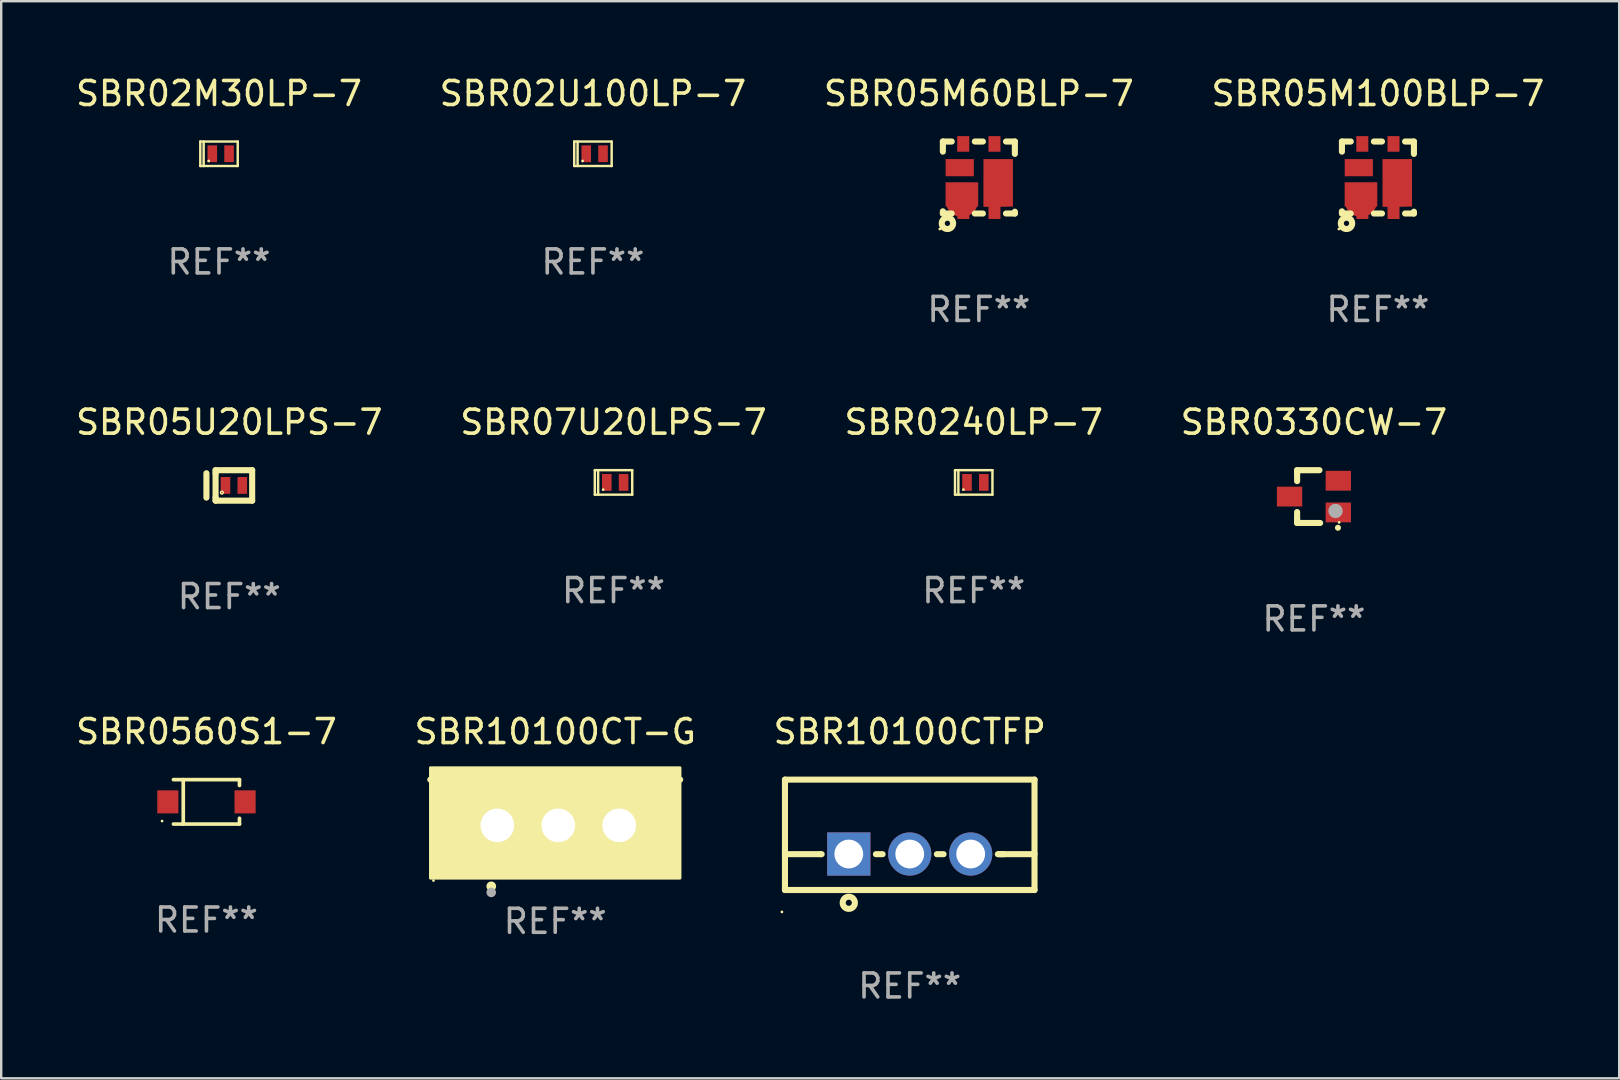
<source format=kicad_pcb>
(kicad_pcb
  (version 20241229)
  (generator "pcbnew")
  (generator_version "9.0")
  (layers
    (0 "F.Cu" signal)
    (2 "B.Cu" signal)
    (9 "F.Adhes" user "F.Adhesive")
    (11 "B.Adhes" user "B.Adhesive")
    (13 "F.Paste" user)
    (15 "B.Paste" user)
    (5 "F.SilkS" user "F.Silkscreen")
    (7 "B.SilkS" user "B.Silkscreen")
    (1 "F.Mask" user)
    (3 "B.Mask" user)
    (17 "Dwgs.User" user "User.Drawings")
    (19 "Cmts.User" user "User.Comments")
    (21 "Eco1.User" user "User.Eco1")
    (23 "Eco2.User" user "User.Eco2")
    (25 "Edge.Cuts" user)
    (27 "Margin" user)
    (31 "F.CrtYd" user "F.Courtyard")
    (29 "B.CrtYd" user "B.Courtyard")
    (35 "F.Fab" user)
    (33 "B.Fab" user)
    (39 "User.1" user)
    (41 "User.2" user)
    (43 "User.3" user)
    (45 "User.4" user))
  (footprint "SBR10100CTFP"
    (layer "F.Cu")
    (at 34.863 31.741)
    (property "Reference" "SBR10100CTFP" (at 0 -4.3 0) (layer "F.SilkS") (effects (font (size 1 1) (thickness 0.15))))
    (attr through_hole)
    (fp_line (start -5.2 -2.3) (end -5.2 2.3) (stroke (width 0.254) (type solid)) (layer "F.SilkS"))
    (fp_line (start -5.2 -2.3) (end 5.2 -2.3) (stroke (width 0.254) (type solid)) (layer "F.SilkS"))
    (fp_line (start -5.2 0.807) (end -3.731 0.807) (stroke (width 0.254) (type solid)) (layer "F.SilkS"))
    (fp_line (start -5.2 2.3) (end 5.2 2.3) (stroke (width 0.254) (type solid)) (layer "F.SilkS"))
    (fp_line (start -3.731 0.807) (end -3.671 0.807) (stroke (width 0.254) (type solid)) (layer "F.SilkS"))
    (fp_line (start -1.409 0.807) (end -1.131 0.807) (stroke (width 0.254) (type solid)) (layer "F.SilkS"))
    (fp_line (start 1.131 0.807) (end 1.409 0.807) (stroke (width 0.254) (type solid)) (layer "F.SilkS"))
    (fp_line (start 3.671 0.807) (end 3.926 0.807) (stroke (width 0.254) (type solid)) (layer "F.SilkS"))
    (fp_line (start 3.731 0.807) (end 5.2 0.807) (stroke (width 0.254) (type solid)) (layer "F.SilkS"))
    (fp_line (start 5.2 -2.3) (end 5.2 2.3) (stroke (width 0.254) (type solid)) (layer "F.SilkS"))
    (fp_circle (center -5.327 3.213) (end -5.297 3.213) (stroke (width 0.06) (type solid)) (fill no) (layer "F.SilkS"))
    (fp_circle (center -2.54 2.832) (end -2.286 2.832) (stroke (width 0.254) (type solid)) (fill no) (layer "F.SilkS"))
    (fp_text user "REF**" (at 0 6.3 0) (layer "F.Fab") (effects (font (size 1 1) (thickness 0.15))))
    (pad "1" thru_hole rect (at -2.54 0.8) (size 1.8 1.8) (drill 1.2) (layers "*.Cu" "*.Mask"))
    (pad "2" thru_hole circle (at 0 0.8) (size 1.8 1.8) (drill 1.2) (layers "*.Cu" "*.Mask"))
    (pad "3" thru_hole circle (at 2.54 0.8) (size 1.8 1.8) (drill 1.2) (layers "*.Cu" "*.Mask")))
  (footprint "SBR0330CW-7"
    (layer "F.Cu")
    (at 51.708 17.645)
    (property "Reference" "SBR0330CW-7" (at 0 -3.1 0) (layer "F.SilkS") (effects (font (size 1 1) (thickness 0.15))))
    (attr through_hole)
    (fp_line (start -0.701 -0.95) (end -0.701 -1.1) (stroke (width 0.254) (type solid)) (layer "F.SilkS"))
    (fp_line (start -0.701 -0.644) (end -0.701 -0.95) (stroke (width 0.254) (type solid)) (layer "F.SilkS"))
    (fp_line (start -0.701 0.95) (end -0.701 0.644) (stroke (width 0.254) (type solid)) (layer "F.SilkS"))
    (fp_line (start -0.701 0.95) (end -0.701 1.1) (stroke (width 0.254) (type solid)) (layer "F.SilkS"))
    (fp_line (start -0.7 -1.1) (end 0.23 -1.1) (stroke (width 0.254) (type solid)) (layer "F.SilkS"))
    (fp_line (start -0.7 1.1) (end 0.258 1.1) (stroke (width 0.254) (type solid)) (layer "F.SilkS"))
    (fp_arc (start 1 1.3) (mid 1.00127 1.299994) (end 1.00254 1.3) (stroke (width 0.24892) (type solid)) (layer "F.SilkS"))
    (fp_circle (center 1.05 1.075) (end 1.08 1.075) (stroke (width 0.06) (type solid)) (fill no) (layer "F.SilkS"))
    (fp_circle (center 0.9 0.6) (end 1.05 0.6) (stroke (width 0.3) (type solid)) (fill no) (layer "F.Fab"))
    (fp_text user "REF**" (at 0 5.1 0) (layer "F.Fab") (effects (font (size 1 1) (thickness 0.15))))
    (pad "1" smd rect (at 1.016 0.66) (size 1.054 0.826) (layers "F.Cu" "F.Mask" "F.Paste"))
    (pad "2" smd rect (at 1.016 -0.66) (size 1.054 0.826) (layers "F.Cu" "F.Mask" "F.Paste"))
    (pad "3" smd rect (at -1.016 0) (size 1.054 0.826) (layers "F.Cu" "F.Mask" "F.Paste")))
  (footprint "SBR07U20LPS-7"
    (layer "F.Cu")
    (at 22.518 17.055)
    (property "Reference" "SBR07U20LPS-7" (at 0 -2.51 0) (layer "F.SilkS") (effects (font (size 1 1) (thickness 0.15))))
    (attr through_hole)
    (fp_line (start -0.78 -0.51) (end -0.78 0.51) (stroke (width 0.102) (type solid)) (layer "F.SilkS"))
    (fp_line (start -0.78 -0.51) (end 0.78 -0.51) (stroke (width 0.102) (type solid)) (layer "F.SilkS"))
    (fp_line (start -0.78 0.51) (end 0.78 0.51) (stroke (width 0.102) (type solid)) (layer "F.SilkS"))
    (fp_line (start -0.64 -0.51) (end -0.64 0.51) (stroke (width 0.102) (type solid)) (layer "F.SilkS"))
    (fp_line (start 0.78 -0.51) (end 0.78 0.51) (stroke (width 0.102) (type solid)) (layer "F.SilkS"))
    (fp_circle (center -0.43 0.3) (end -0.4 0.3) (stroke (width 0.06) (type solid)) (fill no) (layer "F.SilkS"))
    (fp_text user "REF**" (at 0 4.51 0) (layer "F.Fab") (effects (font (size 1 1) (thickness 0.15))))
    (pad "1" smd rect (at -0.28 0) (size 0.4 0.7) (layers "F.Cu" "F.Mask" "F.Paste"))
    (pad "2" smd rect (at 0.42 0) (size 0.4 0.7) (layers "F.Cu" "F.Mask" "F.Paste")))
  (footprint "SBR02M30LP-7"
    (layer "F.Cu")
    (at 6.077 3.358)
    (property "Reference" "SBR02M30LP-7" (at 0 -2.51 0) (layer "F.SilkS") (effects (font (size 1 1) (thickness 0.15))))
    (attr through_hole)
    (fp_line (start -0.78 -0.51) (end -0.78 0.51) (stroke (width 0.102) (type solid)) (layer "F.SilkS"))
    (fp_line (start -0.78 -0.51) (end 0.78 -0.51) (stroke (width 0.102) (type solid)) (layer "F.SilkS"))
    (fp_line (start -0.78 0.51) (end 0.78 0.51) (stroke (width 0.102) (type solid)) (layer "F.SilkS"))
    (fp_line (start -0.64 -0.51) (end -0.64 0.51) (stroke (width 0.102) (type solid)) (layer "F.SilkS"))
    (fp_line (start 0.78 -0.51) (end 0.78 0.51) (stroke (width 0.102) (type solid)) (layer "F.SilkS"))
    (fp_circle (center -0.43 0.3) (end -0.4 0.3) (stroke (width 0.06) (type solid)) (fill no) (layer "F.SilkS"))
    (fp_text user "REF**" (at 0 4.51 0) (layer "F.Fab") (effects (font (size 1 1) (thickness 0.15))))
    (pad "1" smd rect (at -0.28 0) (size 0.4 0.7) (layers "F.Cu" "F.Mask" "F.Paste"))
    (pad "2" smd rect (at 0.42 0) (size 0.4 0.7) (layers "F.Cu" "F.Mask" "F.Paste")))
  (footprint "SBR10100CT-G"
    (layer "F.Cu")
    (at 20.089 30.394)
    (property "Reference" "SBR10100CT-G" (at 0 -2.953 0) (layer "F.SilkS") (effects (font (size 1 1) (thickness 0.15))))
    (attr through_hole)
    (fp_line (start 5.207 -0.953) (end -5.207 -0.953) (stroke (width 0.254) (type solid)) (layer "F.SilkS"))
    (fp_arc (start -2.66698 3.49252) (mid -2.66571 3.492516) (end -2.66444 3.49252) (stroke (width 0.4) (type solid)) (layer "F.SilkS"))
    (fp_circle (center -5.073 3.252) (end -5.043 3.252) (stroke (width 0.06) (type solid)) (fill no) (layer "F.SilkS"))
    (fp_poly (pts (xy -5.2 -1.448) (xy 5.2 -1.448) (xy 5.2 3.152) (xy -5.2 3.152)) (stroke (width 0.12) (type solid)) (fill yes) (layer "F.SilkS"))
    (fp_circle (center -2.667 3.747) (end -2.567 3.747) (stroke (width 0.2) (type solid)) (fill no) (layer "F.Fab"))
    (fp_text user "REF**" (at 0 4.953 0) (layer "F.Fab") (effects (font (size 1 1) (thickness 0.15))))
    (pad "1" thru_hole rect (at -2.413 0.953) (size 2 2.5) (drill 1.4) (layers "*.Cu" "*.Mask"))
    (pad "2" thru_hole oval (at 0.127 0.953) (size 2 2.5) (drill 1.4) (layers "*.Cu" "*.Mask"))
    (pad "3" thru_hole oval (at 2.667 0.953) (size 2 2.5) (drill 1.4) (layers "*.Cu" "*.Mask")))
  (footprint "SBR05U20LPS-7"
    (layer "F.Cu")
    (at 6.506 17.18)
    (property "Reference" "SBR05U20LPS-7" (at 0 -2.635 0) (layer "F.SilkS") (effects (font (size 1 1) (thickness 0.15))))
    (attr through_hole)
    (fp_line (start -0.953 -0.508) (end -0.953 0.508) (stroke (width 0.254) (type solid)) (layer "F.SilkS"))
    (fp_line (start -0.572 -0.635) (end -0.572 -0.508) (stroke (width 0.254) (type solid)) (layer "F.SilkS"))
    (fp_line (start -0.572 -0.508) (end -0.572 0.508) (stroke (width 0.254) (type solid)) (layer "F.SilkS"))
    (fp_line (start -0.572 0.508) (end -0.572 0.635) (stroke (width 0.254) (type solid)) (layer "F.SilkS"))
    (fp_line (start -0.572 0.635) (end 0.953 0.635) (stroke (width 0.254) (type solid)) (layer "F.SilkS"))
    (fp_line (start 0.953 -0.635) (end -0.572 -0.635) (stroke (width 0.254) (type solid)) (layer "F.SilkS"))
    (fp_line (start 0.953 0.635) (end 0.953 -0.635) (stroke (width 0.254) (type solid)) (layer "F.SilkS"))
    (fp_circle (center -0.309 0.3) (end -0.28 0.3) (stroke (width 0.06) (type solid)) (fill no) (layer "F.SilkS"))
    (fp_text user "REF**" (at 0 4.635 0) (layer "F.Fab") (effects (font (size 1 1) (thickness 0.15))))
    (pad "1" smd rect (at -0.16 0) (size 0.4 0.7) (layers "F.Cu" "F.Mask" "F.Paste"))
    (pad "2" smd rect (at 0.541 0) (size 0.4 0.7) (layers "F.Cu" "F.Mask" "F.Paste")))
  (footprint "SBR02U100LP-7"
    (layer "F.Cu")
    (at 21.661 3.358)
    (property "Reference" "SBR02U100LP-7" (at 0 -2.51 0) (layer "F.SilkS") (effects (font (size 1 1) (thickness 0.15))))
    (attr through_hole)
    (fp_line (start -0.78 -0.51) (end -0.78 0.51) (stroke (width 0.102) (type solid)) (layer "F.SilkS"))
    (fp_line (start -0.78 -0.51) (end 0.78 -0.51) (stroke (width 0.102) (type solid)) (layer "F.SilkS"))
    (fp_line (start -0.78 0.51) (end 0.78 0.51) (stroke (width 0.102) (type solid)) (layer "F.SilkS"))
    (fp_line (start -0.64 -0.51) (end -0.64 0.51) (stroke (width 0.102) (type solid)) (layer "F.SilkS"))
    (fp_line (start 0.78 -0.51) (end 0.78 0.51) (stroke (width 0.102) (type solid)) (layer "F.SilkS"))
    (fp_circle (center -0.43 0.3) (end -0.4 0.3) (stroke (width 0.06) (type solid)) (fill no) (layer "F.SilkS"))
    (fp_text user "REF**" (at 0 4.51 0) (layer "F.Fab") (effects (font (size 1 1) (thickness 0.15))))
    (pad "1" smd rect (at -0.28 0) (size 0.4 0.7) (layers "F.Cu" "F.Mask" "F.Paste"))
    (pad "2" smd rect (at 0.42 0) (size 0.4 0.7) (layers "F.Cu" "F.Mask" "F.Paste")))
  (footprint "SBR0560S1-7"
    (layer "F.Cu")
    (at 5.554 30.367)
    (property "Reference" "SBR0560S1-7" (at 0 -2.926 0) (layer "F.SilkS") (effects (font (size 1 1) (thickness 0.15))))
    (attr through_hole)
    (fp_line (start -1.376 -0.926) (end 1.376 -0.926) (stroke (width 0.152) (type solid)) (layer "F.SilkS"))
    (fp_line (start -1.376 0.926) (end 1.376 0.926) (stroke (width 0.152) (type solid)) (layer "F.SilkS"))
    (fp_line (start -0.967 -0.926) (end -0.967 0.926) (stroke (width 0.152) (type solid)) (layer "F.SilkS"))
    (fp_line (start 1.376 -0.926) (end 1.376 -0.683) (stroke (width 0.152) (type solid)) (layer "F.SilkS"))
    (fp_line (start 1.376 0.926) (end 1.376 0.683) (stroke (width 0.152) (type solid)) (layer "F.SilkS"))
    (fp_circle (center -1.85 0.8) (end -1.82 0.8) (stroke (width 0.06) (type solid)) (fill no) (layer "F.SilkS"))
    (fp_text user "REF**" (at 0 4.926 0) (layer "F.Fab") (effects (font (size 1 1) (thickness 0.15))))
    (pad "1" smd rect (at -1.61 0) (size 0.88 0.96) (layers "F.Cu" "F.Mask" "F.Paste"))
    (pad "2" smd rect (at 1.61 0) (size 0.88 0.96) (layers "F.Cu" "F.Mask" "F.Paste")))
  (footprint "SBR05M60BLP-7"
    (layer "F.Cu")
    (at 37.744 4.348)
    (property "Reference" "SBR05M60BLP-7" (at 0 -3.5 0) (layer "F.SilkS") (effects (font (size 1 1) (thickness 0.15))))
    (attr through_hole)
    (fp_line (start -1.5 -1.5) (end -1.131 -1.5) (stroke (width 0.254) (type solid)) (layer "F.SilkS"))
    (fp_line (start -1.5 -1.079) (end -1.5 -1.5) (stroke (width 0.254) (type solid)) (layer "F.SilkS"))
    (fp_line (start -1.5 1.5) (end -1.5 1.409) (stroke (width 0.254) (type solid)) (layer "F.SilkS"))
    (fp_line (start -1.131 1.5) (end -1.5 1.5) (stroke (width 0.254) (type solid)) (layer "F.SilkS"))
    (fp_line (start -0.169 -1.5) (end 0.169 -1.5) (stroke (width 0.254) (type solid)) (layer "F.SilkS"))
    (fp_line (start 0.169 1.5) (end -0.169 1.5) (stroke (width 0.254) (type solid)) (layer "F.SilkS"))
    (fp_line (start 1.131 -1.5) (end 1.5 -1.5) (stroke (width 0.254) (type solid)) (layer "F.SilkS"))
    (fp_line (start 1.5 -1.5) (end 1.5 -0.984) (stroke (width 0.254) (type solid)) (layer "F.SilkS"))
    (fp_line (start 1.5 1.424) (end 1.5 1.5) (stroke (width 0.254) (type solid)) (layer "F.SilkS"))
    (fp_line (start 1.5 1.5) (end 1.131 1.5) (stroke (width 0.254) (type solid)) (layer "F.SilkS"))
    (fp_circle (center -1.627 2.147) (end -1.597 2.147) (stroke (width 0.06) (type solid)) (fill no) (layer "F.SilkS"))
    (fp_circle (center -1.31 1.91) (end -1.2 1.91) (stroke (width 0.254) (type solid)) (fill no) (layer "F.SilkS"))
    (fp_text user "REF**" (at 0 5.5 0) (layer "F.Fab") (effects (font (size 1 1) (thickness 0.15))))
    (pad "1" smd custom (at -0.707 0.964) (size 1.36 1.53) (layers "F.Cu" "F.Mask" "F.Paste") (options (anchor circle)) (primitives (gr_poly (pts (xy -0.68 -0.765) (xy 0.68 -0.765) (xy 0.68 0.245) (xy 0.31 0.245) (xy 0.31 0.765) (xy -0.19 0.765) (xy -0.19 0.245) (xy -0.68 0.245) (xy -0.68 -0.765)) (width 0) (fill yes))))
    (pad "2" smd custom (at 0.805 0.48) (size 1.23 2.5) (layers "F.Cu" "F.Mask" "F.Paste") (options (anchor circle)) (primitives (gr_poly (pts (xy -0.405 1.25) (xy -0.405 0.74) (xy -0.615 0.74) (xy -0.615 -1.25) (xy 0.615 -1.25) (xy 0.615 0.73) (xy 0.095 0.74) (xy 0.095 1.25)) (width 0) (fill yes))))
    (pad "3" smd rect (at 0.65 -1.4 90) (size 0.65 0.5) (layers "F.Cu" "F.Mask" "F.Paste"))
    (pad "4" smd rect (at -0.65 -1.4 90) (size 0.65 0.5) (layers "F.Cu" "F.Mask" "F.Paste"))
    (pad "5" smd rect (at -0.797 -0.411 180) (size 1.175 0.715) (layers "F.Cu" "F.Mask" "F.Paste")))
  (footprint "SBR05M100BLP-7"
    (layer "F.Cu")
    (at 54.375 4.348)
    (property "Reference" "SBR05M100BLP-7" (at 0 -3.5 0) (layer "F.SilkS") (effects (font (size 1 1) (thickness 0.15))))
    (attr through_hole)
    (fp_line (start -1.5 -1.5) (end -1.131 -1.5) (stroke (width 0.254) (type solid)) (layer "F.SilkS"))
    (fp_line (start -1.5 -1.079) (end -1.5 -1.5) (stroke (width 0.254) (type solid)) (layer "F.SilkS"))
    (fp_line (start -1.5 1.5) (end -1.5 1.409) (stroke (width 0.254) (type solid)) (layer "F.SilkS"))
    (fp_line (start -1.131 1.5) (end -1.5 1.5) (stroke (width 0.254) (type solid)) (layer "F.SilkS"))
    (fp_line (start -0.169 -1.5) (end 0.169 -1.5) (stroke (width 0.254) (type solid)) (layer "F.SilkS"))
    (fp_line (start 0.169 1.5) (end -0.169 1.5) (stroke (width 0.254) (type solid)) (layer "F.SilkS"))
    (fp_line (start 1.131 -1.5) (end 1.5 -1.5) (stroke (width 0.254) (type solid)) (layer "F.SilkS"))
    (fp_line (start 1.5 -1.5) (end 1.5 -0.984) (stroke (width 0.254) (type solid)) (layer "F.SilkS"))
    (fp_line (start 1.5 1.424) (end 1.5 1.5) (stroke (width 0.254) (type solid)) (layer "F.SilkS"))
    (fp_line (start 1.5 1.5) (end 1.131 1.5) (stroke (width 0.254) (type solid)) (layer "F.SilkS"))
    (fp_circle (center -1.627 2.147) (end -1.597 2.147) (stroke (width 0.06) (type solid)) (fill no) (layer "F.SilkS"))
    (fp_circle (center -1.31 1.91) (end -1.2 1.91) (stroke (width 0.254) (type solid)) (fill no) (layer "F.SilkS"))
    (fp_text user "REF**" (at 0 5.5 0) (layer "F.Fab") (effects (font (size 1 1) (thickness 0.15))))
    (pad "1" smd custom (at -0.707 0.964) (size 1.36 1.53) (layers "F.Cu" "F.Mask" "F.Paste") (options (anchor circle)) (primitives (gr_poly (pts (xy -0.68 -0.765) (xy 0.68 -0.765) (xy 0.68 0.245) (xy 0.31 0.245) (xy 0.31 0.765) (xy -0.19 0.765) (xy -0.19 0.245) (xy -0.68 0.245) (xy -0.68 -0.765)) (width 0) (fill yes))))
    (pad "2" smd custom (at 0.805 0.48) (size 1.23 2.5) (layers "F.Cu" "F.Mask" "F.Paste") (options (anchor circle)) (primitives (gr_poly (pts (xy -0.405 1.25) (xy -0.405 0.74) (xy -0.615 0.74) (xy -0.615 -1.25) (xy 0.615 -1.25) (xy 0.615 0.73) (xy 0.095 0.74) (xy 0.095 1.25)) (width 0) (fill yes))))
    (pad "3" smd rect (at 0.65 -1.4 90) (size 0.65 0.5) (layers "F.Cu" "F.Mask" "F.Paste"))
    (pad "4" smd rect (at -0.65 -1.4 90) (size 0.65 0.5) (layers "F.Cu" "F.Mask" "F.Paste"))
    (pad "5" smd rect (at -0.797 -0.411 180) (size 1.175 0.715) (layers "F.Cu" "F.Mask" "F.Paste")))
  (footprint "SBR0240LP-7"
    (layer "F.Cu")
    (at 37.53 17.055)
    (property "Reference" "SBR0240LP-7" (at 0 -2.51 0) (layer "F.SilkS") (effects (font (size 1 1) (thickness 0.15))))
    (attr through_hole)
    (fp_line (start -0.78 -0.51) (end -0.78 0.51) (stroke (width 0.102) (type solid)) (layer "F.SilkS"))
    (fp_line (start -0.78 -0.51) (end 0.78 -0.51) (stroke (width 0.102) (type solid)) (layer "F.SilkS"))
    (fp_line (start -0.78 0.51) (end 0.78 0.51) (stroke (width 0.102) (type solid)) (layer "F.SilkS"))
    (fp_line (start -0.64 -0.51) (end -0.64 0.51) (stroke (width 0.102) (type solid)) (layer "F.SilkS"))
    (fp_line (start 0.78 -0.51) (end 0.78 0.51) (stroke (width 0.102) (type solid)) (layer "F.SilkS"))
    (fp_circle (center -0.43 0.3) (end -0.4 0.3) (stroke (width 0.06) (type solid)) (fill no) (layer "F.SilkS"))
    (fp_text user "REF**" (at 0 4.51 0) (layer "F.Fab") (effects (font (size 1 1) (thickness 0.15))))
    (pad "1" smd rect (at -0.28 0) (size 0.4 0.7) (layers "F.Cu" "F.Mask" "F.Paste"))
    (pad "2" smd rect (at 0.42 0) (size 0.4 0.7) (layers "F.Cu" "F.Mask" "F.Paste")))
  (gr_rect
    (start -3 -3)
    (end 64.429 41.889)
    (stroke (width 0.1) (type default))
    (fill no)
    (layer "Edge.Cuts")))
</source>
